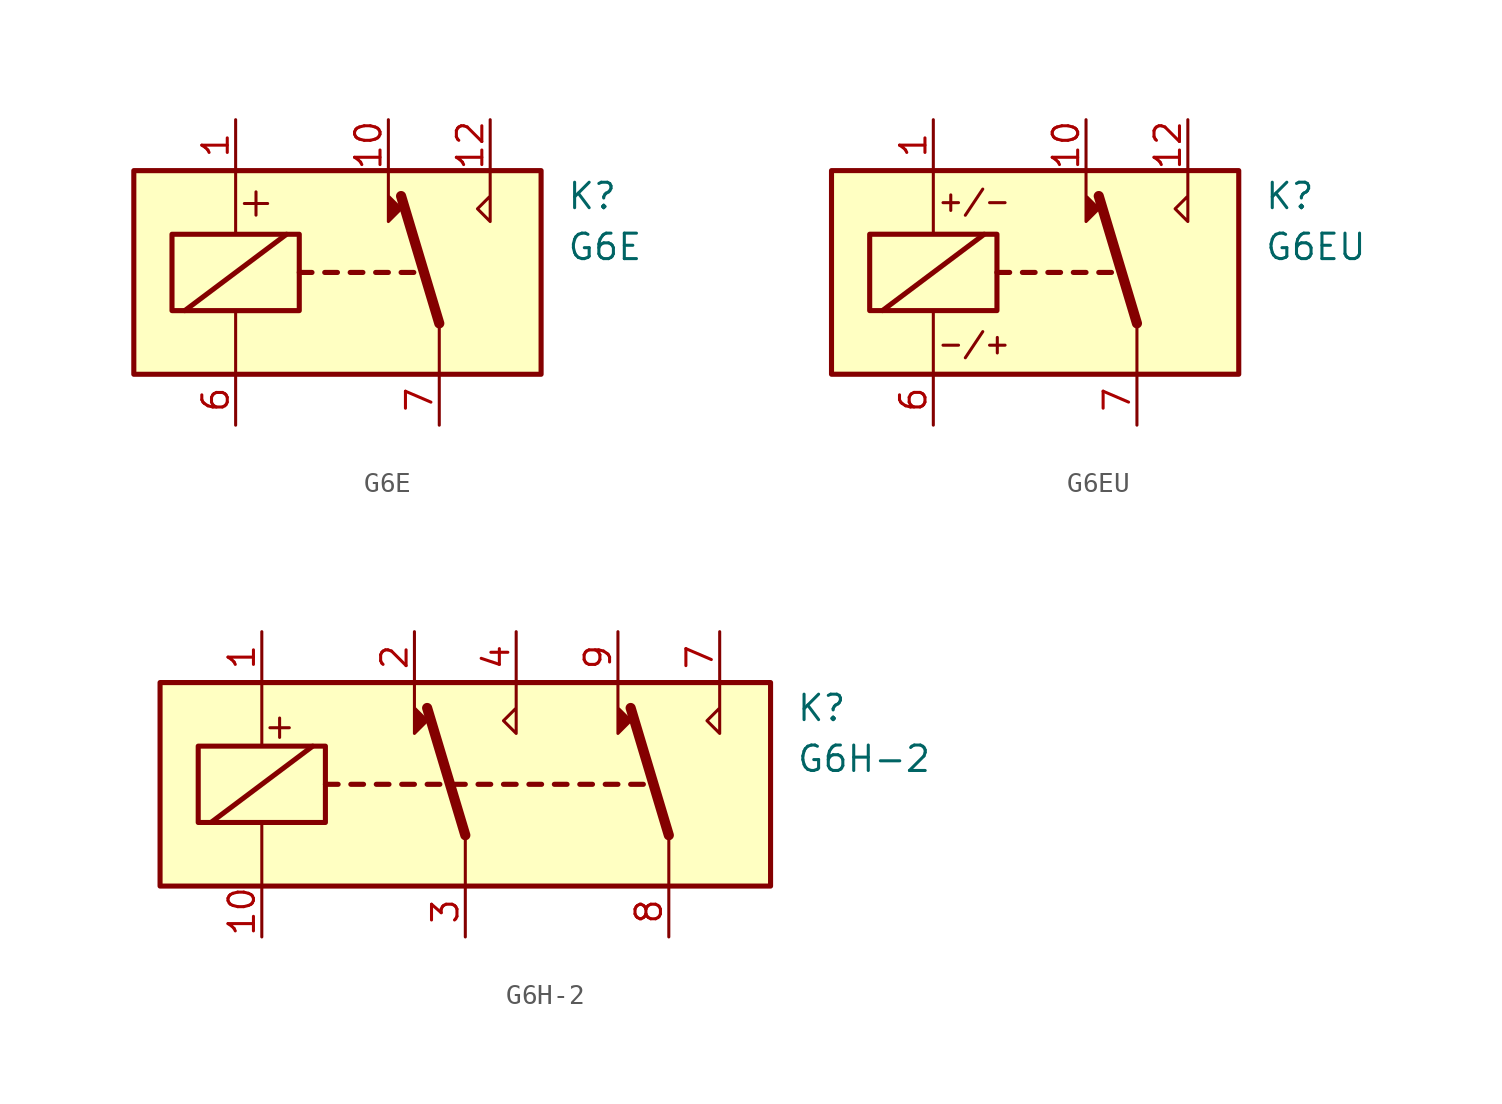
<source format=kicad_sym>
(kicad_symbol_lib
  (version 20201005)
  (generator kicad_symbol_editor)
  (symbol "Relay:G6E"
    (property "Reference" "K"
      (at 11.43 3.81 0)
      (effects (font (size 1.27 1.27)) (justify left)))
    (property "Value" "G6E"
      (at 11.43 1.27 0)
      (effects (font (size 1.27 1.27)) (justify left)))
    (symbol "G6E_0_0"
      (text "+" (at -4.064 3.556 0) (effects (font (size 1.524 1.524))))
      (polyline (pts (xy 7.62 5.08) (xy 7.62 2.54) (xy 6.985 3.175) (xy 7.62 3.81)) (stroke (width 0)) (fill (type none))))
    (symbol "G6E_0_1"
      (rectangle (start -10.16 5.08) (end 10.16 -5.08) (stroke (width 0.254)) (fill (type background)))
      (rectangle (start -8.255 1.905) (end -1.905 -1.905) (stroke (width 0.254)) (fill (type none)))
      (polyline (pts (xy -7.62 -1.905) (xy -2.54 1.905)) (stroke (width 0.254)) (fill (type none)))
      (polyline (pts (xy -5.08 -5.08) (xy -5.08 -1.905)) (stroke (width 0)) (fill (type none)))
      (polyline (pts (xy -5.08 5.08) (xy -5.08 1.905)) (stroke (width 0)) (fill (type none)))
      (polyline (pts (xy -1.905 0) (xy -1.27 0)) (stroke (width 0.254)) (fill (type none)))
      (polyline (pts (xy -0.635 0) (xy 0 0)) (stroke (width 0.254)) (fill (type none)))
      (polyline (pts (xy 0.635 0) (xy 1.27 0)) (stroke (width 0.254)) (fill (type none)))
      (polyline (pts (xy 1.905 0) (xy 2.54 0)) (stroke (width 0.254)) (fill (type none)))
      (polyline (pts (xy 3.175 0) (xy 3.81 0)) (stroke (width 0.254)) (fill (type none)))
      (polyline (pts (xy 5.08 -2.54) (xy 3.175 3.81)) (stroke (width 0.508)) (fill (type none)))
      (polyline (pts (xy 5.08 -2.54) (xy 5.08 -5.08)) (stroke (width 0)) (fill (type none)))
      (polyline (pts (xy 2.54 5.08) (xy 2.54 2.54) (xy 3.175 3.175) (xy 2.54 3.81)) (stroke (width 0)) (fill (type outline))))
    (symbol "G6E_1_1"
      (pin passive line (at -5.08 7.62 270) (length 2.54) (name "~" (effects (font (size 1.27 1.27)))) (number "1" (effects (font (size 1.27 1.27)))))
      (pin passive line (at 2.54 7.62 270) (length 2.54) (name "~" (effects (font (size 1.27 1.27)))) (number "10" (effects (font (size 1.27 1.27)))))
      (pin passive line (at 7.62 7.62 270) (length 2.54) (name "~" (effects (font (size 1.27 1.27)))) (number "12" (effects (font (size 1.27 1.27)))))
      (pin passive line (at -5.08 -7.62 90) (length 2.54) (name "~" (effects (font (size 1.27 1.27)))) (number "6" (effects (font (size 1.27 1.27)))))
      (pin passive line (at 5.08 -7.62 90) (length 2.54) (name "~" (effects (font (size 1.27 1.27)))) (number "7" (effects (font (size 1.27 1.27)))))))
  (symbol "Relay:G6EU"
    (property "Reference" "K"
      (at 11.43 3.81 0)
      (effects (font (size 1.27 1.27)) (justify left)))
    (property "Value" "G6EU"
      (at 11.43 1.27 0)
      (effects (font (size 1.27 1.27)) (justify left)))
    (symbol "G6EU_0_0"
      (text "+/-" (at -3.048 3.556 0) (effects (font (size 1.016 1.016))))
      (text "-/+" (at -3.048 -3.556 0) (effects (font (size 1.016 1.016))))
      (polyline (pts (xy 7.62 5.08) (xy 7.62 2.54) (xy 6.985 3.175) (xy 7.62 3.81)) (stroke (width 0)) (fill (type none))))
    (symbol "G6EU_0_1"
      (rectangle (start -10.16 5.08) (end 10.16 -5.08) (stroke (width 0.254)) (fill (type background)))
      (rectangle (start -8.255 1.905) (end -1.905 -1.905) (stroke (width 0.254)) (fill (type none)))
      (polyline (pts (xy -7.62 -1.905) (xy -2.54 1.905)) (stroke (width 0.254)) (fill (type none)))
      (polyline (pts (xy -5.08 -5.08) (xy -5.08 -1.905)) (stroke (width 0)) (fill (type none)))
      (polyline (pts (xy -5.08 5.08) (xy -5.08 1.905)) (stroke (width 0)) (fill (type none)))
      (polyline (pts (xy -1.905 0) (xy -1.27 0)) (stroke (width 0.254)) (fill (type none)))
      (polyline (pts (xy -0.635 0) (xy 0 0)) (stroke (width 0.254)) (fill (type none)))
      (polyline (pts (xy 0.635 0) (xy 1.27 0)) (stroke (width 0.254)) (fill (type none)))
      (polyline (pts (xy 1.905 0) (xy 2.54 0)) (stroke (width 0.254)) (fill (type none)))
      (polyline (pts (xy 3.175 0) (xy 3.81 0)) (stroke (width 0.254)) (fill (type none)))
      (polyline (pts (xy 5.08 -2.54) (xy 3.175 3.81)) (stroke (width 0.508)) (fill (type none)))
      (polyline (pts (xy 5.08 -2.54) (xy 5.08 -5.08)) (stroke (width 0)) (fill (type none)))
      (polyline (pts (xy 2.54 5.08) (xy 2.54 2.54) (xy 3.175 3.175) (xy 2.54 3.81)) (stroke (width 0)) (fill (type outline))))
    (symbol "G6EU_1_1"
      (pin passive line (at -5.08 7.62 270) (length 2.54) (name "~" (effects (font (size 1.27 1.27)))) (number "1" (effects (font (size 1.27 1.27)))))
      (pin passive line (at 2.54 7.62 270) (length 2.54) (name "~" (effects (font (size 1.27 1.27)))) (number "10" (effects (font (size 1.27 1.27)))))
      (pin passive line (at 7.62 7.62 270) (length 2.54) (name "~" (effects (font (size 1.27 1.27)))) (number "12" (effects (font (size 1.27 1.27)))))
      (pin passive line (at -5.08 -7.62 90) (length 2.54) (name "~" (effects (font (size 1.27 1.27)))) (number "6" (effects (font (size 1.27 1.27)))))
      (pin passive line (at 5.08 -7.62 90) (length 2.54) (name "~" (effects (font (size 1.27 1.27)))) (number "7" (effects (font (size 1.27 1.27)))))))
  (symbol "Relay:G6H-2"
    (property "Reference" "K"
      (at 16.51 3.81 0)
      (effects (font (size 1.27 1.27)) (justify left)))
    (property "Value" "G6H-2"
      (at 16.51 1.27 0)
      (effects (font (size 1.27 1.27)) (justify left)))
    (symbol "G6H-2_0_0"
      (text "+" (at -9.271 2.921 0) (effects (font (size 1.27 1.27)))))
    (symbol "G6H-2_0_1"
      (rectangle (start -15.24 5.08) (end 15.24 -5.08) (stroke (width 0.254)) (fill (type background)))
      (rectangle (start -13.335 1.905) (end -6.985 -1.905) (stroke (width 0.254)) (fill (type none)))
      (polyline (pts (xy -12.7 -1.905) (xy -7.62 1.905)) (stroke (width 0.254)) (fill (type none)))
      (polyline (pts (xy -10.16 -5.08) (xy -10.16 -1.905)) (stroke (width 0)) (fill (type none)))
      (polyline (pts (xy -10.16 5.08) (xy -10.16 1.905)) (stroke (width 0)) (fill (type none)))
      (polyline (pts (xy -6.985 0) (xy -6.35 0)) (stroke (width 0.254)) (fill (type none)))
      (polyline (pts (xy -5.715 0) (xy -5.08 0)) (stroke (width 0.254)) (fill (type none)))
      (polyline (pts (xy -4.445 0) (xy -3.81 0)) (stroke (width 0.254)) (fill (type none)))
      (polyline (pts (xy -3.175 0) (xy -2.54 0)) (stroke (width 0.254)) (fill (type none)))
      (polyline (pts (xy -1.905 0) (xy -1.27 0)) (stroke (width 0.254)) (fill (type none)))
      (polyline (pts (xy -0.635 0) (xy 0 0)) (stroke (width 0.254)) (fill (type none)))
      (polyline (pts (xy 0 -2.54) (xy -1.905 3.81)) (stroke (width 0.508)) (fill (type none)))
      (polyline (pts (xy 0 -2.54) (xy 0 -5.08)) (stroke (width 0)) (fill (type none)))
      (polyline (pts (xy 0.635 0) (xy 1.27 0)) (stroke (width 0.254)) (fill (type none)))
      (polyline (pts (xy 1.905 0) (xy 2.54 0)) (stroke (width 0.254)) (fill (type none)))
      (polyline (pts (xy 3.175 0) (xy 3.81 0)) (stroke (width 0.254)) (fill (type none)))
      (polyline (pts (xy 4.445 0) (xy 5.08 0)) (stroke (width 0.254)) (fill (type none)))
      (polyline (pts (xy 5.715 0) (xy 6.35 0)) (stroke (width 0.254)) (fill (type none)))
      (polyline (pts (xy 6.985 0) (xy 7.62 0)) (stroke (width 0.254)) (fill (type none)))
      (polyline (pts (xy 8.255 0) (xy 8.89 0)) (stroke (width 0.254)) (fill (type none)))
      (polyline (pts (xy 10.16 -2.54) (xy 8.255 3.81)) (stroke (width 0.508)) (fill (type none)))
      (polyline (pts (xy 10.16 -2.54) (xy 10.16 -5.08)) (stroke (width 0)) (fill (type none)))
      (polyline (pts (xy -2.54 5.08) (xy -2.54 2.54) (xy -1.905 3.175) (xy -2.54 3.81)) (stroke (width 0)) (fill (type outline)))
      (polyline (pts (xy 2.54 5.08) (xy 2.54 2.54) (xy 1.905 3.175) (xy 2.54 3.81)) (stroke (width 0)) (fill (type none)))
      (polyline (pts (xy 7.62 5.08) (xy 7.62 2.54) (xy 8.255 3.175) (xy 7.62 3.81)) (stroke (width 0)) (fill (type outline)))
      (polyline (pts (xy 12.7 5.08) (xy 12.7 2.54) (xy 12.065 3.175) (xy 12.7 3.81)) (stroke (width 0)) (fill (type none))))
    (symbol "G6H-2_1_1"
      (pin passive line (at -10.16 7.62 270) (length 2.54) (name "~" (effects (font (size 1.27 1.27)))) (number "1" (effects (font (size 1.27 1.27)))))
      (pin passive line (at -10.16 -7.62 90) (length 2.54) (name "~" (effects (font (size 1.27 1.27)))) (number "10" (effects (font (size 1.27 1.27)))))
      (pin passive line (at -2.54 7.62 270) (length 2.54) (name "~" (effects (font (size 1.27 1.27)))) (number "2" (effects (font (size 1.27 1.27)))))
      (pin passive line (at 0 -7.62 90) (length 2.54) (name "~" (effects (font (size 1.27 1.27)))) (number "3" (effects (font (size 1.27 1.27)))))
      (pin passive line (at 2.54 7.62 270) (length 2.54) (name "~" (effects (font (size 1.27 1.27)))) (number "4" (effects (font (size 1.27 1.27)))))
      (pin no_connect line (at 5.08 -5.08 90) (length 2.54) hide (name "NC" (effects (font (size 1.27 1.27)))) (number "5" (effects (font (size 1.27 1.27)))))
      (pin no_connect line (at 2.54 -5.08 90) (length 2.54) hide (name "NC" (effects (font (size 1.27 1.27)))) (number "6" (effects (font (size 1.27 1.27)))))
      (pin passive line (at 12.7 7.62 270) (length 2.54) (name "~" (effects (font (size 1.27 1.27)))) (number "7" (effects (font (size 1.27 1.27)))))
      (pin passive line (at 10.16 -7.62 90) (length 2.54) (name "~" (effects (font (size 1.27 1.27)))) (number "8" (effects (font (size 1.27 1.27)))))
      (pin passive line (at 7.62 7.62 270) (length 2.54) (name "~" (effects (font (size 1.27 1.27)))) (number "9" (effects (font (size 1.27 1.27))))))))
</source>
